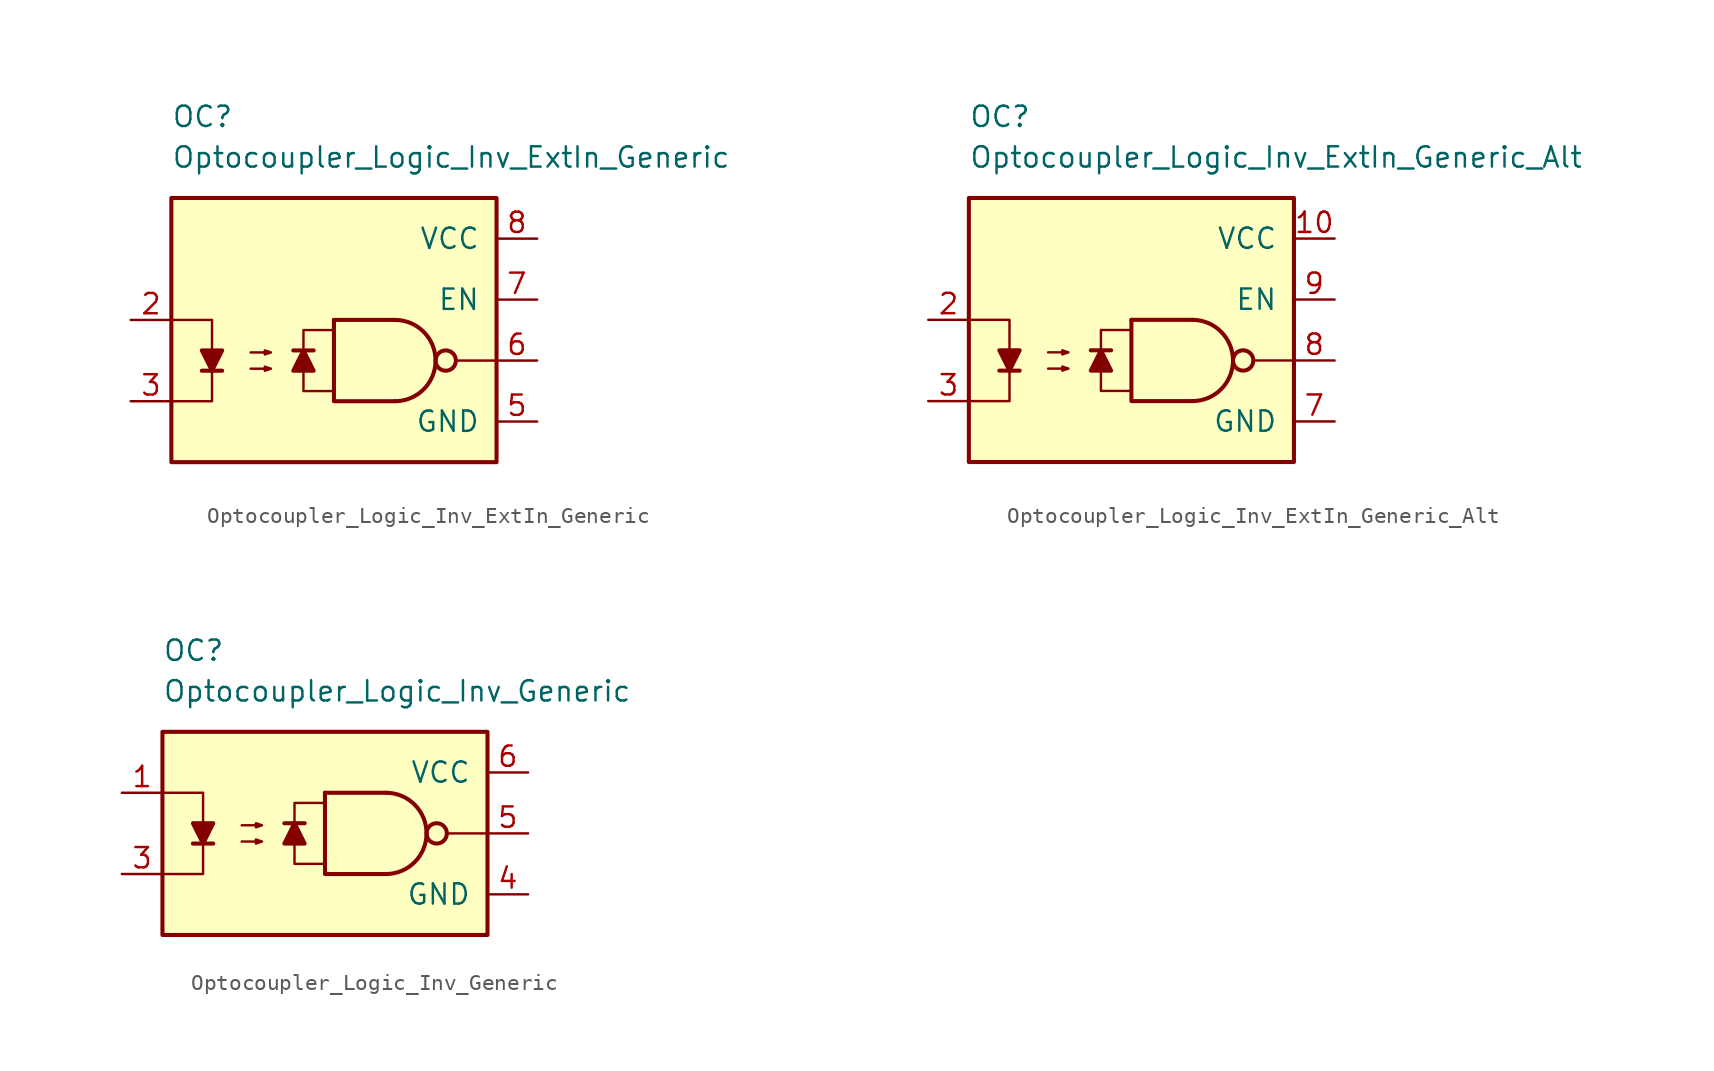
<source format=kicad_sym>
(kicad_symbol_lib
  (version 20211014)
  (generator kicad_symbol_editor)
  (symbol "Optocoupler_Logic_AKL:Optocoupler_Logic_Inv_ExtIn_Generic"
    (pin_names
      (offset 1.016))
    (property "Reference" "OC"
      (at -10.16 15.24 0)
      (effects (font (size 1.27 1.27)) (justify left)))
    (property "Value" "Optocoupler_Logic_Inv_ExtIn_Generic"
      (at -10.16 12.7 0)
      (effects (font (size 1.27 1.27)) (justify left)))
    (symbol "Optocoupler_Logic_Inv_ExtIn_Generic_0_0"
      (rectangle (start -10.16 10.16) (end 10.16 -6.35) (stroke (width 0.254) (type default) (color 0 0 0 0)) (fill (type background)))
      (polyline (pts (xy 10.16 0) (xy 7.62 0)) (stroke (width 0) (type default) (color 0 0 0 0)) (fill (type none))))
    (symbol "Optocoupler_Logic_Inv_ExtIn_Generic_0_1"
      (polyline (pts (xy -8.255 -0.635) (xy -6.985 -0.635)) (stroke (width 0.254) (type default) (color 0 0 0 0)) (fill (type none)))
      (polyline (pts (xy 0 2.54) (xy 3.81 2.54)) (stroke (width 0.254) (type default) (color 0 0 0 0)) (fill (type none)))
      (polyline (pts (xy -10.16 2.54) (xy -7.62 2.54) (xy -7.62 -0.635)) (stroke (width 0) (type default) (color 0 0 0 0)) (fill (type none)))
      (polyline (pts (xy -7.62 -0.635) (xy -7.62 -2.54) (xy -10.16 -2.54)) (stroke (width 0) (type default) (color 0 0 0 0)) (fill (type none)))
      (polyline (pts (xy 0 2.54) (xy 0 -2.54) (xy 3.81 -2.54)) (stroke (width 0.254) (type default) (color 0 0 0 0)) (fill (type none)))
      (polyline (pts (xy -7.62 -0.635) (xy -8.255 0.635) (xy -6.985 0.635) (xy -7.62 -0.635)) (stroke (width 0.254) (type default) (color 0 0 0 0)) (fill (type outline)))
      (polyline (pts (xy -5.207 -0.508) (xy -3.937 -0.508) (xy -4.318 -0.635) (xy -4.318 -0.381) (xy -3.937 -0.508)) (stroke (width 0) (type default) (color 0 0 0 0)) (fill (type none)))
      (polyline (pts (xy -5.207 0.508) (xy -3.937 0.508) (xy -4.318 0.381) (xy -4.318 0.635) (xy -3.937 0.508)) (stroke (width 0) (type default) (color 0 0 0 0)) (fill (type none)))
      (arc (start 3.81 -2.54) (mid 6.35 0) (end 3.81 2.54) (stroke (width 0.254) (type default) (color 0 0 0 0)) (fill (type none)))
      (circle (center 6.985 0) (radius 0.635) (stroke (width 0.254)) (stroke (width 0.254) (type default) (color 0 0 0 0)) (fill (type none))))
    (symbol "Optocoupler_Logic_Inv_ExtIn_Generic_1_1"
      (polyline (pts (xy -1.27 0.635) (xy -2.54 0.635)) (stroke (width 0.254) (type default) (color 0 0 0 0)) (fill (type none)))
      (polyline (pts (xy -1.905 0.635) (xy -1.27 -0.635) (xy -2.54 -0.635) (xy -1.905 0.635)) (stroke (width 0.254) (type default) (color 0 0 0 0)) (fill (type outline)))
      (polyline (pts (xy 0 -1.905) (xy -1.905 -1.905) (xy -1.905 1.905) (xy 0 1.905)) (stroke (width 0.152) (type default) (color 0 0 0 0)) (fill (type none)))
      (pin passive line (at -12.7 2.54 0) (length 2.54) (name "~" (effects (font (size 1.27 1.27)))) (number "2" (effects (font (size 1.27 1.27)))))
      (pin passive line (at -12.7 -2.54 0) (length 2.54) (name "~" (effects (font (size 1.27 1.27)))) (number "3" (effects (font (size 1.27 1.27)))))
      (pin power_in line (at 12.7 -3.81 180) (length 2.54) (name "GND" (effects (font (size 1.27 1.27)))) (number "5" (effects (font (size 1.27 1.27)))))
      (pin output line (at 12.7 0 180) (length 2.54) (name "~" (effects (font (size 1.27 1.27)))) (number "6" (effects (font (size 1.27 1.27)))))
      (pin input line (at 12.7 3.81 180) (length 2.54) (name "EN" (effects (font (size 1.27 1.27)))) (number "7" (effects (font (size 1.27 1.27)))))
      (pin power_in line (at 12.7 7.62 180) (length 2.54) (name "VCC" (effects (font (size 1.27 1.27)))) (number "8" (effects (font (size 1.27 1.27)))))))
  (symbol "Optocoupler_Logic_AKL:Optocoupler_Logic_Inv_ExtIn_Generic_Alt"
    (pin_names
      (offset 1.016))
    (property "Reference" "OC"
      (at -10.16 15.24 0)
      (effects (font (size 1.27 1.27)) (justify left)))
    (property "Value" "Optocoupler_Logic_Inv_ExtIn_Generic_Alt"
      (at -10.16 12.7 0)
      (effects (font (size 1.27 1.27)) (justify left)))
    (symbol "Optocoupler_Logic_Inv_ExtIn_Generic_Alt_0_0"
      (rectangle (start -10.16 10.16) (end 10.16 -6.35) (stroke (width 0.254) (type default) (color 0 0 0 0)) (fill (type background)))
      (polyline (pts (xy 10.16 0) (xy 7.62 0)) (stroke (width 0) (type default) (color 0 0 0 0)) (fill (type none))))
    (symbol "Optocoupler_Logic_Inv_ExtIn_Generic_Alt_0_1"
      (polyline (pts (xy -8.255 -0.635) (xy -6.985 -0.635)) (stroke (width 0.254) (type default) (color 0 0 0 0)) (fill (type none)))
      (polyline (pts (xy 0 2.54) (xy 3.81 2.54)) (stroke (width 0.254) (type default) (color 0 0 0 0)) (fill (type none)))
      (polyline (pts (xy -10.16 2.54) (xy -7.62 2.54) (xy -7.62 -0.635)) (stroke (width 0) (type default) (color 0 0 0 0)) (fill (type none)))
      (polyline (pts (xy -7.62 -0.635) (xy -7.62 -2.54) (xy -10.16 -2.54)) (stroke (width 0) (type default) (color 0 0 0 0)) (fill (type none)))
      (polyline (pts (xy 0 2.54) (xy 0 -2.54) (xy 3.81 -2.54)) (stroke (width 0.254) (type default) (color 0 0 0 0)) (fill (type none)))
      (polyline (pts (xy -7.62 -0.635) (xy -8.255 0.635) (xy -6.985 0.635) (xy -7.62 -0.635)) (stroke (width 0.254) (type default) (color 0 0 0 0)) (fill (type outline)))
      (polyline (pts (xy -5.207 -0.508) (xy -3.937 -0.508) (xy -4.318 -0.635) (xy -4.318 -0.381) (xy -3.937 -0.508)) (stroke (width 0) (type default) (color 0 0 0 0)) (fill (type none)))
      (polyline (pts (xy -5.207 0.508) (xy -3.937 0.508) (xy -4.318 0.381) (xy -4.318 0.635) (xy -3.937 0.508)) (stroke (width 0) (type default) (color 0 0 0 0)) (fill (type none)))
      (arc (start 3.81 -2.54) (mid 6.35 0) (end 3.81 2.54) (stroke (width 0.254) (type default) (color 0 0 0 0)) (fill (type none)))
      (circle (center 6.985 0) (radius 0.635) (stroke (width 0.254)) (stroke (width 0.254) (type default) (color 0 0 0 0)) (fill (type none))))
    (symbol "Optocoupler_Logic_Inv_ExtIn_Generic_Alt_1_1"
      (polyline (pts (xy -1.27 0.635) (xy -2.54 0.635)) (stroke (width 0.254) (type default) (color 0 0 0 0)) (fill (type none)))
      (polyline (pts (xy -1.905 0.635) (xy -1.27 -0.635) (xy -2.54 -0.635) (xy -1.905 0.635)) (stroke (width 0.254) (type default) (color 0 0 0 0)) (fill (type outline)))
      (polyline (pts (xy 0 -1.905) (xy -1.905 -1.905) (xy -1.905 1.905) (xy 0 1.905)) (stroke (width 0.152) (type default) (color 0 0 0 0)) (fill (type none)))
      (pin power_in line (at 12.7 7.62 180) (length 2.54) (name "VCC" (effects (font (size 1.27 1.27)))) (number "10" (effects (font (size 1.27 1.27)))))
      (pin passive line (at -12.7 2.54 0) (length 2.54) (name "~" (effects (font (size 1.27 1.27)))) (number "2" (effects (font (size 1.27 1.27)))))
      (pin passive line (at -12.7 -2.54 0) (length 2.54) (name "~" (effects (font (size 1.27 1.27)))) (number "3" (effects (font (size 1.27 1.27)))))
      (pin power_in line (at 12.7 -3.81 180) (length 2.54) (name "GND" (effects (font (size 1.27 1.27)))) (number "7" (effects (font (size 1.27 1.27)))))
      (pin output line (at 12.7 0 180) (length 2.54) (name "~" (effects (font (size 1.27 1.27)))) (number "8" (effects (font (size 1.27 1.27)))))
      (pin input line (at 12.7 3.81 180) (length 2.54) (name "EN" (effects (font (size 1.27 1.27)))) (number "9" (effects (font (size 1.27 1.27)))))))
  (symbol "Optocoupler_Logic_AKL:Optocoupler_Logic_Inv_Generic"
    (pin_names
      (offset 1.016))
    (property "Reference" "OC"
      (at -10.16 11.43 0)
      (effects (font (size 1.27 1.27)) (justify left)))
    (property "Value" "Optocoupler_Logic_Inv_Generic"
      (at -10.16 8.89 0)
      (effects (font (size 1.27 1.27)) (justify left)))
    (symbol "Optocoupler_Logic_Inv_Generic_0_0"
      (rectangle (start -10.16 6.35) (end 10.16 -6.35) (stroke (width 0.254) (type default) (color 0 0 0 0)) (fill (type background)))
      (polyline (pts (xy 10.16 0) (xy 7.62 0)) (stroke (width 0) (type default) (color 0 0 0 0)) (fill (type none))))
    (symbol "Optocoupler_Logic_Inv_Generic_0_1"
      (polyline (pts (xy -8.255 -0.635) (xy -6.985 -0.635)) (stroke (width 0.254) (type default) (color 0 0 0 0)) (fill (type none)))
      (polyline (pts (xy 0 2.54) (xy 3.81 2.54)) (stroke (width 0.254) (type default) (color 0 0 0 0)) (fill (type none)))
      (polyline (pts (xy -10.16 2.54) (xy -7.62 2.54) (xy -7.62 -0.635)) (stroke (width 0) (type default) (color 0 0 0 0)) (fill (type none)))
      (polyline (pts (xy -7.62 -0.635) (xy -7.62 -2.54) (xy -10.16 -2.54)) (stroke (width 0) (type default) (color 0 0 0 0)) (fill (type none)))
      (polyline (pts (xy 0 2.54) (xy 0 -2.54) (xy 3.81 -2.54)) (stroke (width 0.254) (type default) (color 0 0 0 0)) (fill (type none)))
      (polyline (pts (xy -7.62 -0.635) (xy -8.255 0.635) (xy -6.985 0.635) (xy -7.62 -0.635)) (stroke (width 0.254) (type default) (color 0 0 0 0)) (fill (type outline)))
      (polyline (pts (xy -5.207 -0.508) (xy -3.937 -0.508) (xy -4.318 -0.635) (xy -4.318 -0.381) (xy -3.937 -0.508)) (stroke (width 0) (type default) (color 0 0 0 0)) (fill (type none)))
      (polyline (pts (xy -5.207 0.508) (xy -3.937 0.508) (xy -4.318 0.381) (xy -4.318 0.635) (xy -3.937 0.508)) (stroke (width 0) (type default) (color 0 0 0 0)) (fill (type none)))
      (arc (start 3.81 -2.54) (mid 6.35 0) (end 3.81 2.54) (stroke (width 0.254) (type default) (color 0 0 0 0)) (fill (type none)))
      (circle (center 6.985 0) (radius 0.635) (stroke (width 0.254)) (stroke (width 0.254) (type default) (color 0 0 0 0)) (fill (type none))))
    (symbol "Optocoupler_Logic_Inv_Generic_1_1"
      (polyline (pts (xy -1.27 0.635) (xy -2.54 0.635)) (stroke (width 0.254) (type default) (color 0 0 0 0)) (fill (type none)))
      (polyline (pts (xy -1.905 0.635) (xy -1.27 -0.635) (xy -2.54 -0.635) (xy -1.905 0.635)) (stroke (width 0.254) (type default) (color 0 0 0 0)) (fill (type outline)))
      (polyline (pts (xy 0 -1.905) (xy -1.905 -1.905) (xy -1.905 1.905) (xy 0 1.905)) (stroke (width 0.152) (type default) (color 0 0 0 0)) (fill (type none)))
      (pin passive line (at -12.7 2.54 0) (length 2.54) (name "~" (effects (font (size 1.27 1.27)))) (number "1" (effects (font (size 1.27 1.27)))))
      (pin passive line (at -12.7 -2.54 0) (length 2.54) (name "~" (effects (font (size 1.27 1.27)))) (number "3" (effects (font (size 1.27 1.27)))))
      (pin power_in line (at 12.7 -3.81 180) (length 2.54) (name "GND" (effects (font (size 1.27 1.27)))) (number "4" (effects (font (size 1.27 1.27)))))
      (pin output line (at 12.7 0 180) (length 2.54) (name "~" (effects (font (size 1.27 1.27)))) (number "5" (effects (font (size 1.27 1.27)))))
      (pin power_in line (at 12.7 3.81 180) (length 2.54) (name "VCC" (effects (font (size 1.27 1.27)))) (number "6" (effects (font (size 1.27 1.27))))))))
</source>
